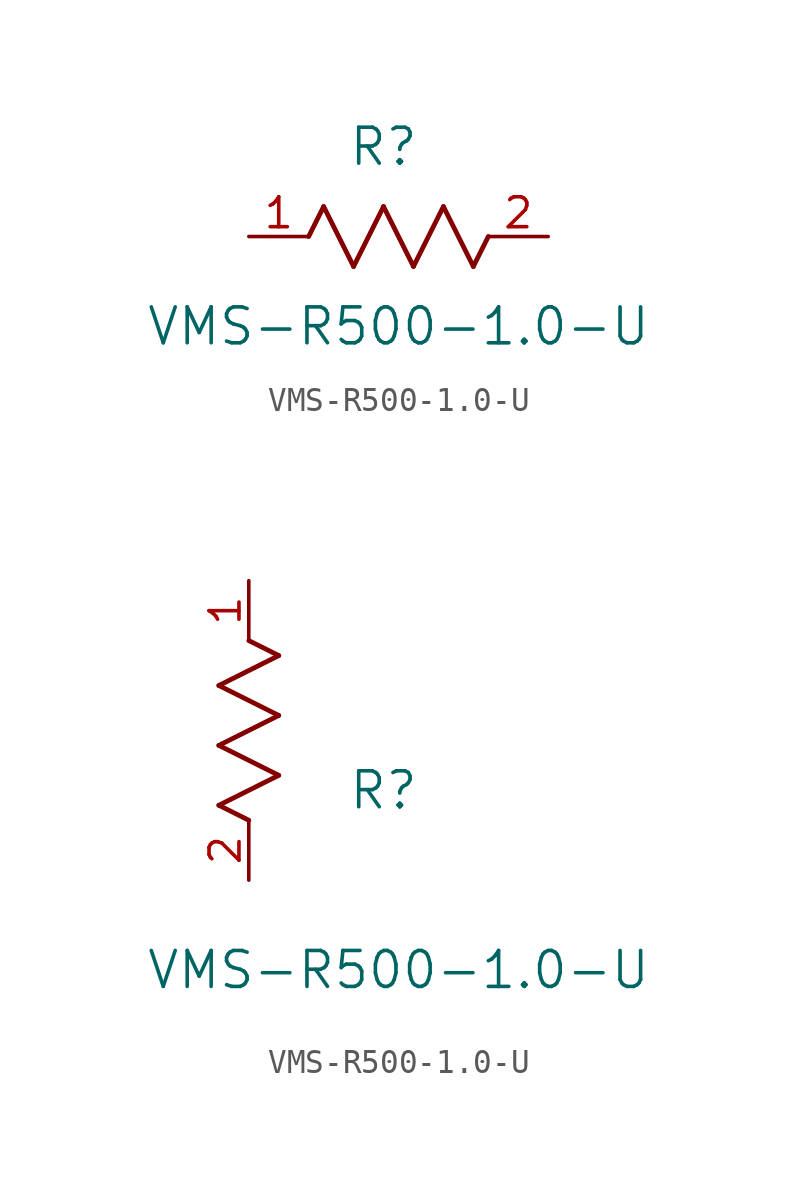
<source format=kicad_sym>
(kicad_symbol_lib
  (version 20211014)
  (generator kicad_symbol_editor)
  (symbol "VMS-R500-1.0-U"
    (pin_names
      (offset 0.254))
    (property "Reference" "R"
      (at 5.715 3.81 0)
      (effects (font (size 1.524 1.524))))
    (property "Value" "VMS-R500-1.0-U"
      (at 6.35 -3.81 0)
      (effects (font (size 1.524 1.524))))
    (symbol "VMS-R500-1.0-U_1_1"
      (polyline (pts (xy 3.175 1.27) (xy 4.445 -1.27)) (stroke (width 0.203) (type default) (color 0 0 0 0)) (fill (type none)))
      (polyline (pts (xy 4.445 -1.27) (xy 5.715 1.27)) (stroke (width 0.203) (type default) (color 0 0 0 0)) (fill (type none)))
      (polyline (pts (xy 5.715 1.27) (xy 6.985 -1.27)) (stroke (width 0.203) (type default) (color 0 0 0 0)) (fill (type none)))
      (polyline (pts (xy 6.985 -1.27) (xy 8.255 1.27)) (stroke (width 0.203) (type default) (color 0 0 0 0)) (fill (type none)))
      (polyline (pts (xy 8.255 1.27) (xy 9.525 -1.27)) (stroke (width 0.203) (type default) (color 0 0 0 0)) (fill (type none)))
      (polyline (pts (xy 2.54 0) (xy 3.175 1.27)) (stroke (width 0.203) (type default) (color 0 0 0 0)) (fill (type none)))
      (polyline (pts (xy 9.525 -1.27) (xy 10.16 0)) (stroke (width 0.203) (type default) (color 0 0 0 0)) (fill (type none)))
      (pin unspecified line (at 0 0 0) (length 2.54) (name "" (effects (font (size 1.27 1.27)))) (number "1" (effects (font (size 1.27 1.27)))))
      (pin unspecified line (at 12.7 0 180) (length 2.54) (name "" (effects (font (size 1.27 1.27)))) (number "2" (effects (font (size 1.27 1.27))))))
    (symbol "VMS-R500-1.0-U_1_2"
      (polyline (pts (xy 0 2.54) (xy -1.27 3.175)) (stroke (width 0.203) (type default) (color 0 0 0 0)) (fill (type none)))
      (polyline (pts (xy -1.27 3.175) (xy 1.27 4.445)) (stroke (width 0.203) (type default) (color 0 0 0 0)) (fill (type none)))
      (polyline (pts (xy 1.27 4.445) (xy -1.27 5.715)) (stroke (width 0.203) (type default) (color 0 0 0 0)) (fill (type none)))
      (polyline (pts (xy -1.27 5.715) (xy 1.27 6.985)) (stroke (width 0.203) (type default) (color 0 0 0 0)) (fill (type none)))
      (polyline (pts (xy -1.27 8.255) (xy 1.27 9.525)) (stroke (width 0.203) (type default) (color 0 0 0 0)) (fill (type none)))
      (polyline (pts (xy 1.27 9.525) (xy 0 10.16)) (stroke (width 0.203) (type default) (color 0 0 0 0)) (fill (type none)))
      (polyline (pts (xy 1.27 6.985) (xy -1.27 8.255)) (stroke (width 0.203) (type default) (color 0 0 0 0)) (fill (type none)))
      (pin unspecified line (at 0 12.7 270) (length 2.54) (name "" (effects (font (size 1.27 1.27)))) (number "1" (effects (font (size 1.27 1.27)))))
      (pin unspecified line (at 0 0 90) (length 2.54) (name "" (effects (font (size 1.27 1.27)))) (number "2" (effects (font (size 1.27 1.27))))))))
</source>
